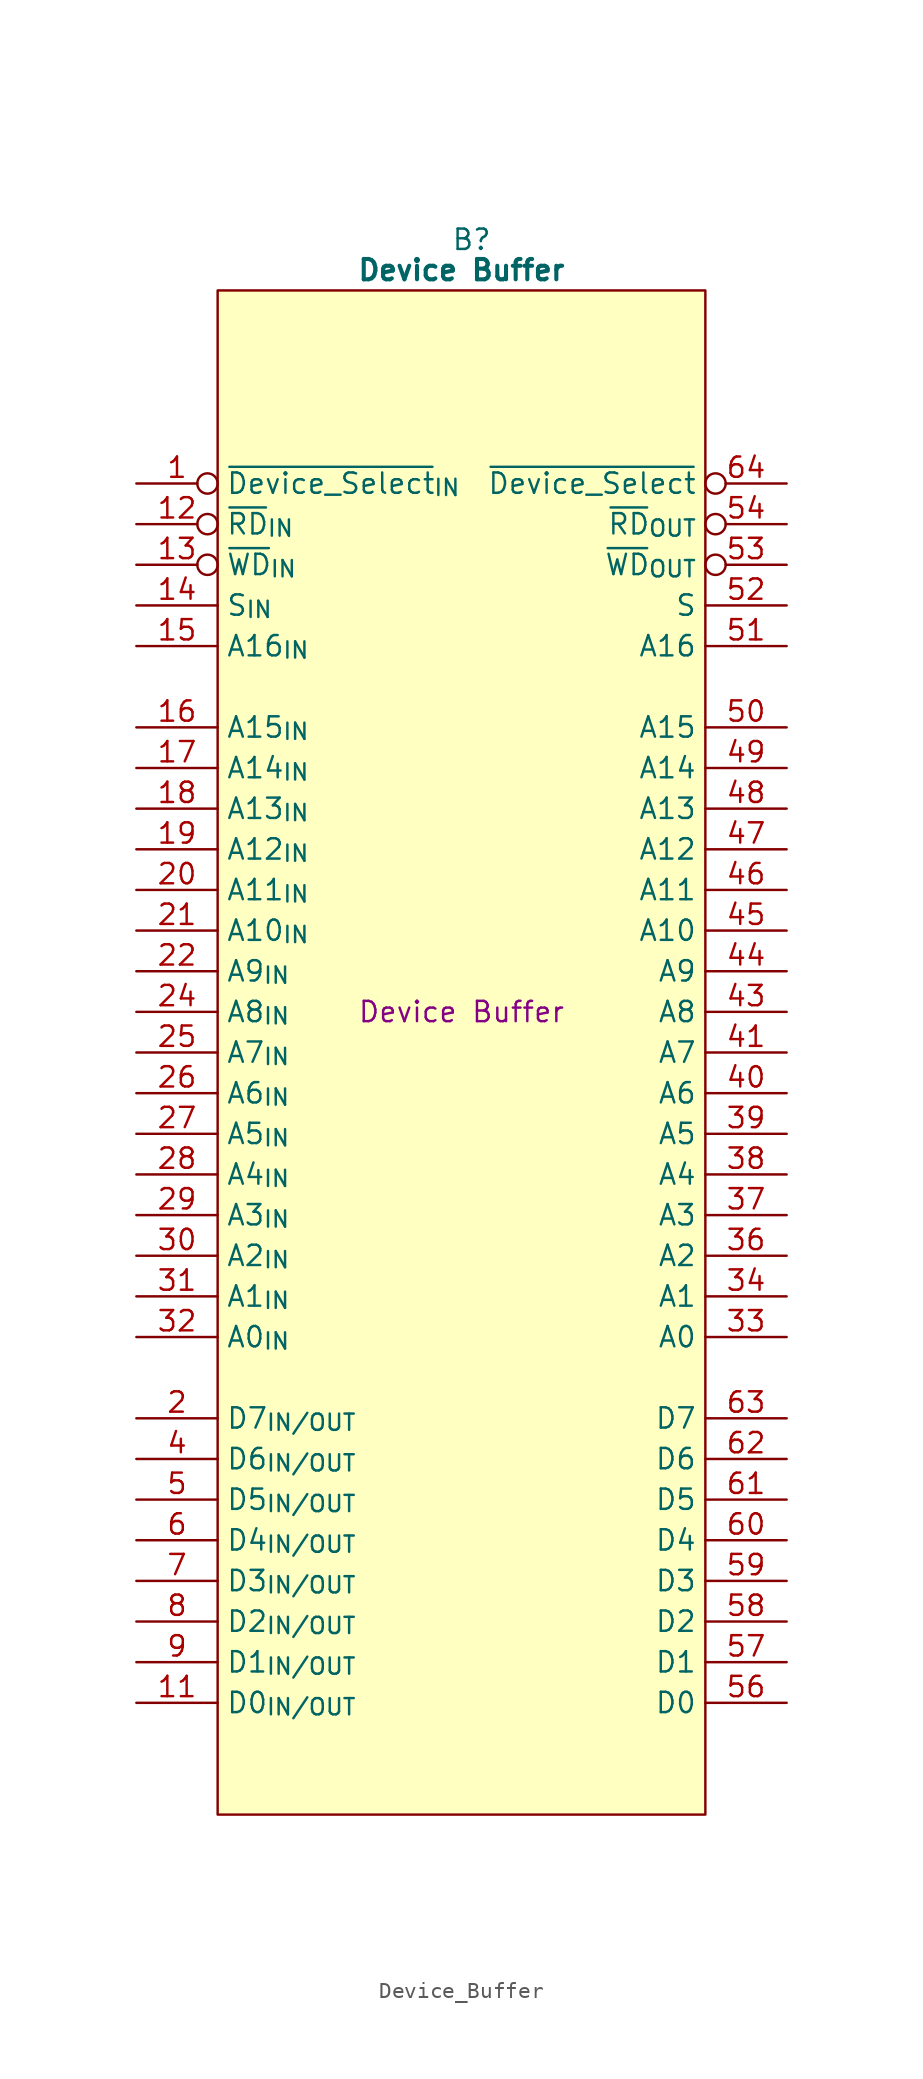
<source format=kicad_sym>
(kicad_symbol_lib
  (version 20220914)
  (generator kicad_symbol_editor)
  (symbol "Device_Buffer"
    (property "Reference" "B"
      (at 15.875 5.08 0)
      (effects (font (size 1.27 1.27))))
    (property "Value" "Device Buffer"
      (at 15.24 3.175 0)
      (effects (font (size 1.27 1.27) bold)))
    (property "Description" "Device Buffer"
      (at 15.24 -43.18 0)
      (effects (font (size 1.27 1.27))))
    (symbol "Device_Buffer_0_1"
      (polyline (pts (xy 0 1.905) (xy 30.48 1.905) (xy 30.48 -93.345) (xy 0 -93.345) (xy 0 1.905)) (stroke (width 0.152) (type default)) (fill (type background))))
    (symbol "Device_Buffer_1_0"
      (pin passive line (at 35.56 -5.08 180) (length 5.08) hide (name "GND" (effects (font (size 1.27 1.27)))) (number "42" (effects (font (size 1.27 1.27)))))
      (pin output inverted (at 35.56 -15.24 180) (length 5.08) (name "~{WD}_{OUT}" (effects (font (size 1.27 1.27)))) (number "53" (effects (font (size 1.27 1.27)))))
      (pin output inverted (at 35.56 -12.7 180) (length 5.08) (name "~{RD}_{OUT}" (effects (font (size 1.27 1.27)))) (number "54" (effects (font (size 1.27 1.27))))))
    (symbol "Device_Buffer_1_1"
      (pin input inverted (at -5.08 -10.16 0) (length 5.08) (name "~{Device_Select}_{IN}" (effects (font (size 1.27 1.27)))) (number "1" (effects (font (size 1.27 1.27)))))
      (pin passive line (at 35.56 0 180) (length 5.08) hide (name "GND" (effects (font (size 1.27 1.27)))) (number "10" (effects (font (size 1.27 1.27)))))
      (pin tri_state line (at -5.08 -86.36 0) (length 5.08) (name "D0_{IN/OUT}" (effects (font (size 1.27 1.27)))) (number "11" (effects (font (size 1.27 1.27)))))
      (pin input inverted (at -5.08 -12.7 0) (length 5.08) (name "~{RD}_{IN}" (effects (font (size 1.27 1.27)))) (number "12" (effects (font (size 1.27 1.27)))))
      (pin input inverted (at -5.08 -15.24 0) (length 5.08) (name "~{WD}_{IN}" (effects (font (size 1.27 1.27)))) (number "13" (effects (font (size 1.27 1.27)))))
      (pin input line (at -5.08 -17.78 0) (length 5.08) (name "S_{IN}" (effects (font (size 1.27 1.27)))) (number "14" (effects (font (size 1.27 1.27)))))
      (pin input line (at -5.08 -20.32 0) (length 5.08) (name "A16_{IN}" (effects (font (size 1.27 1.27)))) (number "15" (effects (font (size 1.27 1.27)))))
      (pin input line (at -5.08 -25.4 0) (length 5.08) (name "A15_{IN}" (effects (font (size 1.27 1.27)))) (number "16" (effects (font (size 1.27 1.27)))))
      (pin input line (at -5.08 -27.94 0) (length 5.08) (name "A14_{IN}" (effects (font (size 1.27 1.27)))) (number "17" (effects (font (size 1.27 1.27)))))
      (pin input line (at -5.08 -30.48 0) (length 5.08) (name "A13_{IN}" (effects (font (size 1.27 1.27)))) (number "18" (effects (font (size 1.27 1.27)))))
      (pin input line (at -5.08 -33.02 0) (length 5.08) (name "A12_{IN}" (effects (font (size 1.27 1.27)))) (number "19" (effects (font (size 1.27 1.27)))))
      (pin tri_state line (at -5.08 -68.58 0) (length 5.08) (name "D7_{IN/OUT}" (effects (font (size 1.27 1.27)))) (number "2" (effects (font (size 1.27 1.27)))))
      (pin input line (at -5.08 -35.56 0) (length 5.08) (name "A11_{IN}" (effects (font (size 1.27 1.27)))) (number "20" (effects (font (size 1.27 1.27)))))
      (pin input line (at -5.08 -38.1 0) (length 5.08) (name "A10_{IN}" (effects (font (size 1.27 1.27)))) (number "21" (effects (font (size 1.27 1.27)))))
      (pin input line (at -5.08 -40.64 0) (length 5.08) (name "A9_{IN}" (effects (font (size 1.27 1.27)))) (number "22" (effects (font (size 1.27 1.27)))))
      (pin passive line (at 35.56 -2.54 180) (length 5.08) hide (name "GND" (effects (font (size 1.27 1.27)))) (number "23" (effects (font (size 1.27 1.27)))))
      (pin input line (at -5.08 -43.18 0) (length 5.08) (name "A8_{IN}" (effects (font (size 1.27 1.27)))) (number "24" (effects (font (size 1.27 1.27)))))
      (pin input line (at -5.08 -45.72 0) (length 5.08) (name "A7_{IN}" (effects (font (size 1.27 1.27)))) (number "25" (effects (font (size 1.27 1.27)))))
      (pin input line (at -5.08 -48.26 0) (length 5.08) (name "A6_{IN}" (effects (font (size 1.27 1.27)))) (number "26" (effects (font (size 1.27 1.27)))))
      (pin input line (at -5.08 -50.8 0) (length 5.08) (name "A5_{IN}" (effects (font (size 1.27 1.27)))) (number "27" (effects (font (size 1.27 1.27)))))
      (pin input line (at -5.08 -53.34 0) (length 5.08) (name "A4_{IN}" (effects (font (size 1.27 1.27)))) (number "28" (effects (font (size 1.27 1.27)))))
      (pin input line (at -5.08 -55.88 0) (length 5.08) (name "A3_{IN}" (effects (font (size 1.27 1.27)))) (number "29" (effects (font (size 1.27 1.27)))))
      (pin passive line (at -5.08 -88.9 0) (length 5.08) hide (name "5V" (effects (font (size 1.27 1.27)))) (number "3" (effects (font (size 1.27 1.27)))))
      (pin input line (at -5.08 -58.42 0) (length 5.08) (name "A2_{IN}" (effects (font (size 1.27 1.27)))) (number "30" (effects (font (size 1.27 1.27)))))
      (pin input line (at -5.08 -60.96 0) (length 5.08) (name "A1_{IN}" (effects (font (size 1.27 1.27)))) (number "31" (effects (font (size 1.27 1.27)))))
      (pin input line (at -5.08 -63.5 0) (length 5.08) (name "A0_{IN}" (effects (font (size 1.27 1.27)))) (number "32" (effects (font (size 1.27 1.27)))))
      (pin tri_state line (at 35.56 -63.5 180) (length 5.08) (name "A0" (effects (font (size 1.27 1.27)))) (number "33" (effects (font (size 1.27 1.27)))))
      (pin tri_state line (at 35.56 -60.96 180) (length 5.08) (name "A1" (effects (font (size 1.27 1.27)))) (number "34" (effects (font (size 1.27 1.27)))))
      (pin passive line (at -5.08 -91.44 0) (length 5.08) hide (name "5V" (effects (font (size 1.27 1.27)))) (number "35" (effects (font (size 1.27 1.27)))))
      (pin tri_state line (at 35.56 -58.42 180) (length 5.08) (name "A2" (effects (font (size 1.27 1.27)))) (number "36" (effects (font (size 1.27 1.27)))))
      (pin tri_state line (at 35.56 -55.88 180) (length 5.08) (name "A3" (effects (font (size 1.27 1.27)))) (number "37" (effects (font (size 1.27 1.27)))))
      (pin tri_state line (at 35.56 -53.34 180) (length 5.08) (name "A4" (effects (font (size 1.27 1.27)))) (number "38" (effects (font (size 1.27 1.27)))))
      (pin tri_state line (at 35.56 -50.8 180) (length 5.08) (name "A5" (effects (font (size 1.27 1.27)))) (number "39" (effects (font (size 1.27 1.27)))))
      (pin tri_state line (at -5.08 -71.12 0) (length 5.08) (name "D6_{IN/OUT}" (effects (font (size 1.27 1.27)))) (number "4" (effects (font (size 1.27 1.27)))))
      (pin tri_state line (at 35.56 -48.26 180) (length 5.08) (name "A6" (effects (font (size 1.27 1.27)))) (number "40" (effects (font (size 1.27 1.27)))))
      (pin tri_state line (at 35.56 -45.72 180) (length 5.08) (name "A7" (effects (font (size 1.27 1.27)))) (number "41" (effects (font (size 1.27 1.27)))))
      (pin tri_state line (at 35.56 -43.18 180) (length 5.08) (name "A8" (effects (font (size 1.27 1.27)))) (number "43" (effects (font (size 1.27 1.27)))))
      (pin tri_state line (at 35.56 -40.64 180) (length 5.08) (name "A9" (effects (font (size 1.27 1.27)))) (number "44" (effects (font (size 1.27 1.27)))))
      (pin tri_state line (at 35.56 -38.1 180) (length 5.08) (name "A10" (effects (font (size 1.27 1.27)))) (number "45" (effects (font (size 1.27 1.27)))))
      (pin tri_state line (at 35.56 -35.56 180) (length 5.08) (name "A11" (effects (font (size 1.27 1.27)))) (number "46" (effects (font (size 1.27 1.27)))))
      (pin tri_state line (at 35.56 -33.02 180) (length 5.08) (name "A12" (effects (font (size 1.27 1.27)))) (number "47" (effects (font (size 1.27 1.27)))))
      (pin tri_state line (at 35.56 -30.48 180) (length 5.08) (name "A13" (effects (font (size 1.27 1.27)))) (number "48" (effects (font (size 1.27 1.27)))))
      (pin tri_state line (at 35.56 -27.94 180) (length 5.08) (name "A14" (effects (font (size 1.27 1.27)))) (number "49" (effects (font (size 1.27 1.27)))))
      (pin tri_state line (at -5.08 -73.66 0) (length 5.08) (name "D5_{IN/OUT}" (effects (font (size 1.27 1.27)))) (number "5" (effects (font (size 1.27 1.27)))))
      (pin tri_state line (at 35.56 -25.4 180) (length 5.08) (name "A15" (effects (font (size 1.27 1.27)))) (number "50" (effects (font (size 1.27 1.27)))))
      (pin output line (at 35.56 -20.32 180) (length 5.08) (name "A16" (effects (font (size 1.27 1.27)))) (number "51" (effects (font (size 1.27 1.27)))))
      (pin output line (at 35.56 -17.78 180) (length 5.08) (name "S" (effects (font (size 1.27 1.27)))) (number "52" (effects (font (size 1.27 1.27)))))
      (pin passive line (at 35.56 -7.62 180) (length 5.08) hide (name "GND" (effects (font (size 1.27 1.27)))) (number "55" (effects (font (size 1.27 1.27)))))
      (pin tri_state line (at 35.56 -86.36 180) (length 5.08) (name "D0" (effects (font (size 1.27 1.27)))) (number "56" (effects (font (size 1.27 1.27)))))
      (pin tri_state line (at 35.56 -83.82 180) (length 5.08) (name "D1" (effects (font (size 1.27 1.27)))) (number "57" (effects (font (size 1.27 1.27)))))
      (pin tri_state line (at 35.56 -81.28 180) (length 5.08) (name "D2" (effects (font (size 1.27 1.27)))) (number "58" (effects (font (size 1.27 1.27)))))
      (pin tri_state line (at 35.56 -78.74 180) (length 5.08) (name "D3" (effects (font (size 1.27 1.27)))) (number "59" (effects (font (size 1.27 1.27)))))
      (pin tri_state line (at -5.08 -76.2 0) (length 5.08) (name "D4_{IN/OUT}" (effects (font (size 1.27 1.27)))) (number "6" (effects (font (size 1.27 1.27)))))
      (pin tri_state line (at 35.56 -76.2 180) (length 5.08) (name "D4" (effects (font (size 1.27 1.27)))) (number "60" (effects (font (size 1.27 1.27)))))
      (pin tri_state line (at 35.56 -73.66 180) (length 5.08) (name "D5" (effects (font (size 1.27 1.27)))) (number "61" (effects (font (size 1.27 1.27)))))
      (pin tri_state line (at 35.56 -71.12 180) (length 5.08) (name "D6" (effects (font (size 1.27 1.27)))) (number "62" (effects (font (size 1.27 1.27)))))
      (pin tri_state line (at 35.56 -68.58 180) (length 5.08) (name "D7" (effects (font (size 1.27 1.27)))) (number "63" (effects (font (size 1.27 1.27)))))
      (pin output inverted (at 35.56 -10.16 180) (length 5.08) (name "~{Device_Select}" (effects (font (size 1.27 1.27)))) (number "64" (effects (font (size 1.27 1.27)))))
      (pin tri_state line (at -5.08 -78.74 0) (length 5.08) (name "D3_{IN/OUT}" (effects (font (size 1.27 1.27)))) (number "7" (effects (font (size 1.27 1.27)))))
      (pin tri_state line (at -5.08 -81.28 0) (length 5.08) (name "D2_{IN/OUT}" (effects (font (size 1.27 1.27)))) (number "8" (effects (font (size 1.27 1.27)))))
      (pin tri_state line (at -5.08 -83.82 0) (length 5.08) (name "D1_{IN/OUT}" (effects (font (size 1.27 1.27)))) (number "9" (effects (font (size 1.27 1.27))))))))
</source>
